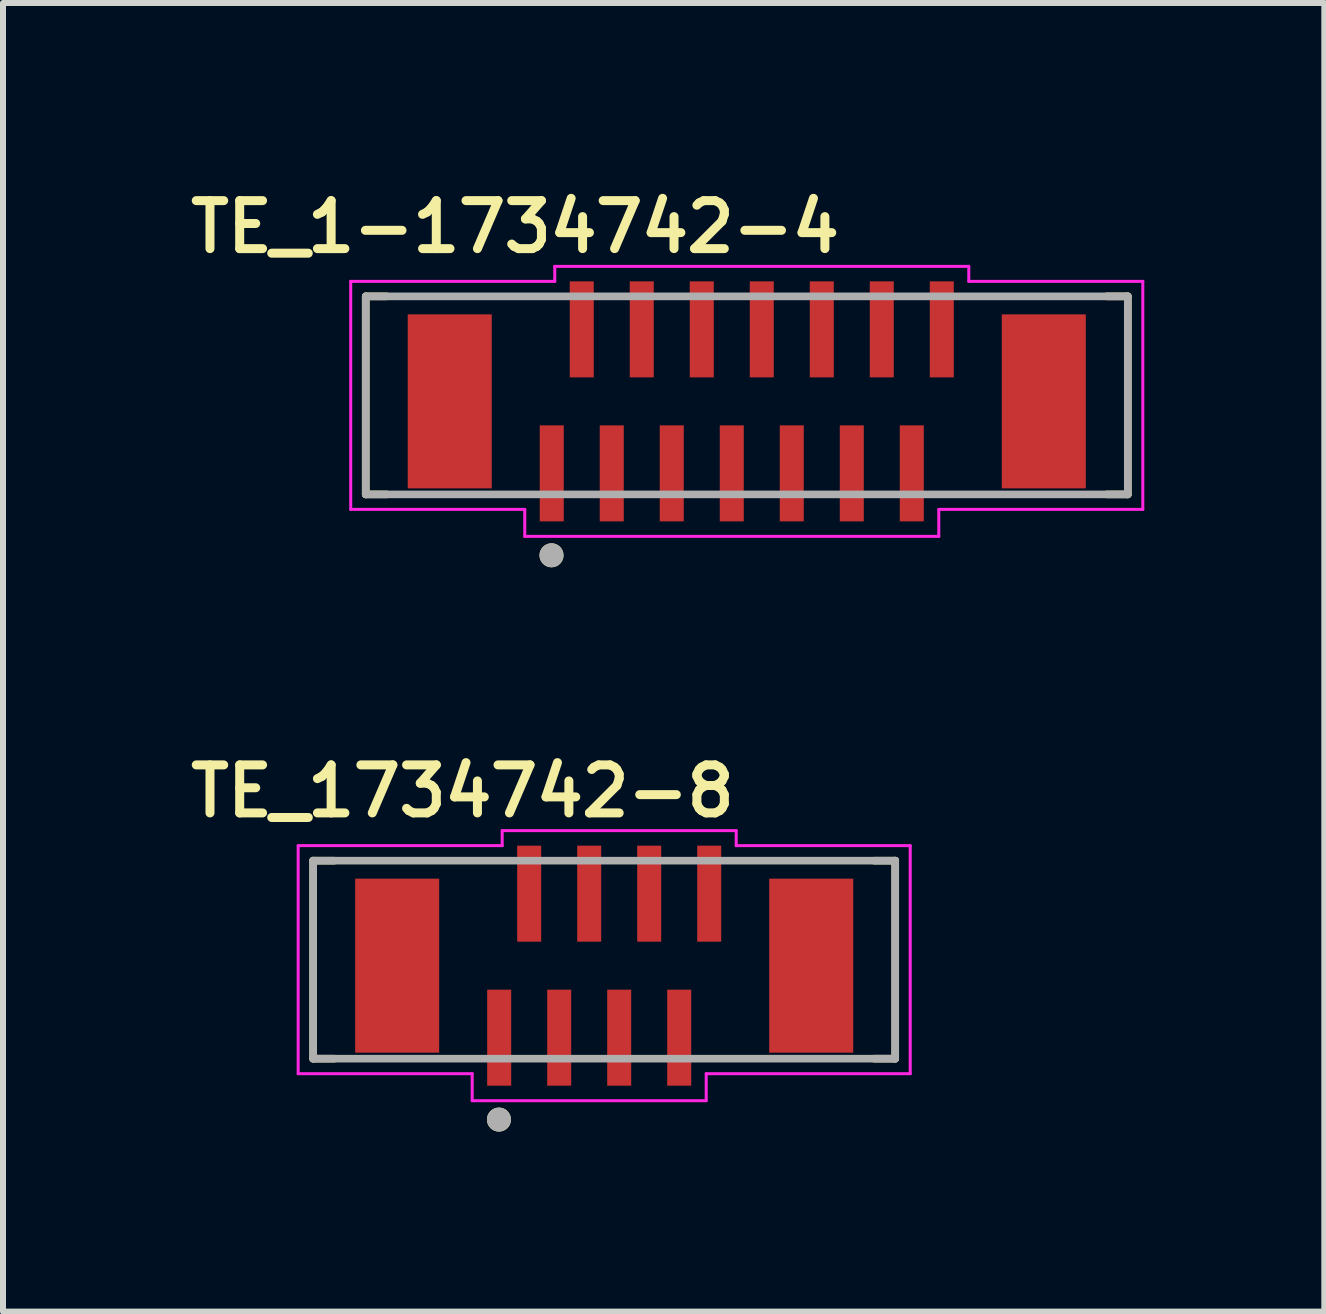
<source format=kicad_pcb>
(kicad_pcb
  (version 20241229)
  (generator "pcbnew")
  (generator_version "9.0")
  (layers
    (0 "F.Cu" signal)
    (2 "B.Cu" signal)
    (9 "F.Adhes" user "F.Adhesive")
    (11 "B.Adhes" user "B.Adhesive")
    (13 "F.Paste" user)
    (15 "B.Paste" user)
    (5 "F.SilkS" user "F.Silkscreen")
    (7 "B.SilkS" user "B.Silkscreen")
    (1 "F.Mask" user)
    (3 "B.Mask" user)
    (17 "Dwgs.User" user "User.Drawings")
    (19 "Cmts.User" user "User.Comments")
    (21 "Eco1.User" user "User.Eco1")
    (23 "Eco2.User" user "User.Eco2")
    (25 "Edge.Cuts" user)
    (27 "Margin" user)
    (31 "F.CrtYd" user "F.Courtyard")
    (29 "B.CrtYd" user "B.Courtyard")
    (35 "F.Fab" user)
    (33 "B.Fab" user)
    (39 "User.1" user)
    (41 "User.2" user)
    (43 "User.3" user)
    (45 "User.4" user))
  (footprint "TE_1-1734742-4"
    (layer "F.Cu")
    (at 9.395 3.639)
    (property "Reference" "TE_1-1734742-4" (at -3.86 -2.908 0) (layer "F.SilkS") (effects (font (size 0.8 0.8) (thickness 0.15))))
    (attr smd)
    (fp_line (start -6.35 -1.75) (end -6.35 1.55) (stroke (width 0.127) (type solid)) (layer "F.SilkS"))
    (fp_line (start -6.35 1.55) (end -6 1.55) (stroke (width 0.127) (type solid)) (layer "F.SilkS"))
    (fp_line (start -6 -1.75) (end -6.35 -1.75) (stroke (width 0.127) (type solid)) (layer "F.SilkS"))
    (fp_line (start 6 -1.75) (end 6.35 -1.75) (stroke (width 0.127) (type solid)) (layer "F.SilkS"))
    (fp_line (start 6.35 -1.75) (end 6.35 1.55) (stroke (width 0.127) (type solid)) (layer "F.SilkS"))
    (fp_line (start 6.35 1.55) (end 6 1.55) (stroke (width 0.127) (type solid)) (layer "F.SilkS"))
    (fp_circle (center -3.254 2.565) (end -3.154 2.565) (stroke (width 0.2) (type solid)) (fill no) (layer "F.SilkS"))
    (fp_line (start -6.6 -2) (end -3.2 -2) (stroke (width 0.05) (type solid)) (layer "F.CrtYd"))
    (fp_line (start -6.6 1.8) (end -6.6 -2) (stroke (width 0.05) (type solid)) (layer "F.CrtYd"))
    (fp_line (start -3.7 1.8) (end -6.6 1.8) (stroke (width 0.05) (type solid)) (layer "F.CrtYd"))
    (fp_line (start -3.7 2.25) (end -3.7 1.8) (stroke (width 0.05) (type solid)) (layer "F.CrtYd"))
    (fp_line (start -3.2 -2.25) (end 3.7 -2.25) (stroke (width 0.05) (type solid)) (layer "F.CrtYd"))
    (fp_line (start -3.2 -2) (end -3.2 -2.25) (stroke (width 0.05) (type solid)) (layer "F.CrtYd"))
    (fp_line (start 3.2 1.8) (end 3.2 2.25) (stroke (width 0.05) (type solid)) (layer "F.CrtYd"))
    (fp_line (start 3.2 2.25) (end -3.7 2.25) (stroke (width 0.05) (type solid)) (layer "F.CrtYd"))
    (fp_line (start 3.7 -2.25) (end 3.7 -2) (stroke (width 0.05) (type solid)) (layer "F.CrtYd"))
    (fp_line (start 3.7 -2) (end 6.6 -2) (stroke (width 0.05) (type solid)) (layer "F.CrtYd"))
    (fp_line (start 6.6 -2) (end 6.6 1.8) (stroke (width 0.05) (type solid)) (layer "F.CrtYd"))
    (fp_line (start 6.6 1.8) (end 3.2 1.8) (stroke (width 0.05) (type solid)) (layer "F.CrtYd"))
    (fp_line (start -6.35 -1.75) (end 6.35 -1.75) (stroke (width 0.127) (type solid)) (layer "F.Fab"))
    (fp_line (start -6.35 1.55) (end -6.35 -1.75) (stroke (width 0.127) (type solid)) (layer "F.Fab"))
    (fp_line (start 6.35 -1.75) (end 6.35 1.55) (stroke (width 0.127) (type solid)) (layer "F.Fab"))
    (fp_line (start 6.35 1.55) (end -6.35 1.55) (stroke (width 0.127) (type solid)) (layer "F.Fab"))
    (fp_circle (center -3.254 2.565) (end -3.154 2.565) (stroke (width 0.2) (type solid)) (fill no) (layer "F.Fab"))
    (pad "1" smd rect (at -3.25 1.2) (size 0.4 1.6) (layers "F.Cu" "F.Mask" "F.Paste"))
    (pad "2" smd rect (at -2.75 -1.2) (size 0.4 1.6) (layers "F.Cu" "F.Mask" "F.Paste"))
    (pad "3" smd rect (at -2.25 1.2) (size 0.4 1.6) (layers "F.Cu" "F.Mask" "F.Paste"))
    (pad "4" smd rect (at -1.75 -1.2) (size 0.4 1.6) (layers "F.Cu" "F.Mask" "F.Paste"))
    (pad "5" smd rect (at -1.25 1.2) (size 0.4 1.6) (layers "F.Cu" "F.Mask" "F.Paste"))
    (pad "6" smd rect (at -0.75 -1.2) (size 0.4 1.6) (layers "F.Cu" "F.Mask" "F.Paste"))
    (pad "7" smd rect (at -0.25 1.2) (size 0.4 1.6) (layers "F.Cu" "F.Mask" "F.Paste"))
    (pad "8" smd rect (at 0.25 -1.2) (size 0.4 1.6) (layers "F.Cu" "F.Mask" "F.Paste"))
    (pad "9" smd rect (at 0.75 1.2) (size 0.4 1.6) (layers "F.Cu" "F.Mask" "F.Paste"))
    (pad "10" smd rect (at 1.25 -1.2) (size 0.4 1.6) (layers "F.Cu" "F.Mask" "F.Paste"))
    (pad "11" smd rect (at 1.75 1.2) (size 0.4 1.6) (layers "F.Cu" "F.Mask" "F.Paste"))
    (pad "12" smd rect (at 2.25 -1.2) (size 0.4 1.6) (layers "F.Cu" "F.Mask" "F.Paste"))
    (pad "13" smd rect (at 2.75 1.2) (size 0.4 1.6) (layers "F.Cu" "F.Mask" "F.Paste"))
    (pad "14" smd rect (at 3.25 -1.2) (size 0.4 1.6) (layers "F.Cu" "F.Mask" "F.Paste"))
    (pad "S1" smd rect (at -4.95 0) (size 1.4 2.9) (layers "F.Cu" "F.Mask" "F.Paste"))
    (pad "S2" smd rect (at 4.95 0) (size 1.4 2.9) (layers "F.Cu" "F.Mask" "F.Paste")))
  (footprint "TE_1734742-8"
    (layer "F.Cu")
    (at 7.019 13.043)
    (property "Reference" "TE_1734742-8" (at -2.36 -2.908 0) (layer "F.SilkS") (effects (font (size 0.8 0.8) (thickness 0.15))))
    (attr smd)
    (fp_line (start -4.85 -1.75) (end -4.85 1.55) (stroke (width 0.127) (type solid)) (layer "F.SilkS"))
    (fp_line (start -4.85 1.55) (end -4.5 1.55) (stroke (width 0.127) (type solid)) (layer "F.SilkS"))
    (fp_line (start -4.5 -1.75) (end -4.85 -1.75) (stroke (width 0.127) (type solid)) (layer "F.SilkS"))
    (fp_line (start 4.5 -1.75) (end 4.85 -1.75) (stroke (width 0.127) (type solid)) (layer "F.SilkS"))
    (fp_line (start 4.85 -1.75) (end 4.85 1.55) (stroke (width 0.127) (type solid)) (layer "F.SilkS"))
    (fp_line (start 4.85 1.55) (end 4.5 1.55) (stroke (width 0.127) (type solid)) (layer "F.SilkS"))
    (fp_circle (center -1.754 2.565) (end -1.654 2.565) (stroke (width 0.2) (type solid)) (fill no) (layer "F.SilkS"))
    (fp_line (start -5.1 -2) (end -1.7 -2) (stroke (width 0.05) (type solid)) (layer "F.CrtYd"))
    (fp_line (start -5.1 1.8) (end -5.1 -2) (stroke (width 0.05) (type solid)) (layer "F.CrtYd"))
    (fp_line (start -2.2 1.8) (end -5.1 1.8) (stroke (width 0.05) (type solid)) (layer "F.CrtYd"))
    (fp_line (start -2.2 2.25) (end -2.2 1.8) (stroke (width 0.05) (type solid)) (layer "F.CrtYd"))
    (fp_line (start -1.7 -2.25) (end 2.2 -2.25) (stroke (width 0.05) (type solid)) (layer "F.CrtYd"))
    (fp_line (start -1.7 -2) (end -1.7 -2.25) (stroke (width 0.05) (type solid)) (layer "F.CrtYd"))
    (fp_line (start 1.7 1.8) (end 1.7 2.25) (stroke (width 0.05) (type solid)) (layer "F.CrtYd"))
    (fp_line (start 1.7 2.25) (end -2.2 2.25) (stroke (width 0.05) (type solid)) (layer "F.CrtYd"))
    (fp_line (start 2.2 -2.25) (end 2.2 -2) (stroke (width 0.05) (type solid)) (layer "F.CrtYd"))
    (fp_line (start 2.2 -2) (end 5.1 -2) (stroke (width 0.05) (type solid)) (layer "F.CrtYd"))
    (fp_line (start 5.1 -2) (end 5.1 1.8) (stroke (width 0.05) (type solid)) (layer "F.CrtYd"))
    (fp_line (start 5.1 1.8) (end 1.7 1.8) (stroke (width 0.05) (type solid)) (layer "F.CrtYd"))
    (fp_line (start -4.85 -1.75) (end 4.85 -1.75) (stroke (width 0.127) (type solid)) (layer "F.Fab"))
    (fp_line (start -4.85 1.55) (end -4.85 -1.75) (stroke (width 0.127) (type solid)) (layer "F.Fab"))
    (fp_line (start 4.85 -1.75) (end 4.85 1.55) (stroke (width 0.127) (type solid)) (layer "F.Fab"))
    (fp_line (start 4.85 1.55) (end -4.85 1.55) (stroke (width 0.127) (type solid)) (layer "F.Fab"))
    (fp_circle (center -1.754 2.565) (end -1.654 2.565) (stroke (width 0.2) (type solid)) (fill no) (layer "F.Fab"))
    (pad "1" smd rect (at -1.75 1.2) (size 0.4 1.6) (layers "F.Cu" "F.Mask" "F.Paste"))
    (pad "2" smd rect (at -1.25 -1.2) (size 0.4 1.6) (layers "F.Cu" "F.Mask" "F.Paste"))
    (pad "3" smd rect (at -0.75 1.2) (size 0.4 1.6) (layers "F.Cu" "F.Mask" "F.Paste"))
    (pad "4" smd rect (at -0.25 -1.2) (size 0.4 1.6) (layers "F.Cu" "F.Mask" "F.Paste"))
    (pad "5" smd rect (at 0.25 1.2) (size 0.4 1.6) (layers "F.Cu" "F.Mask" "F.Paste"))
    (pad "6" smd rect (at 0.75 -1.2) (size 0.4 1.6) (layers "F.Cu" "F.Mask" "F.Paste"))
    (pad "7" smd rect (at 1.25 1.2) (size 0.4 1.6) (layers "F.Cu" "F.Mask" "F.Paste"))
    (pad "8" smd rect (at 1.75 -1.2) (size 0.4 1.6) (layers "F.Cu" "F.Mask" "F.Paste"))
    (pad "S1" smd rect (at -3.45 0) (size 1.4 2.9) (layers "F.Cu" "F.Mask" "F.Paste"))
    (pad "S2" smd rect (at 3.45 0) (size 1.4 2.9) (layers "F.Cu" "F.Mask" "F.Paste")))
  (gr_rect
    (start -3 -3)
    (end 19.02 18.808)
    (stroke (width 0.1) (type default))
    (fill no)
    (layer "Edge.Cuts")))
</source>
